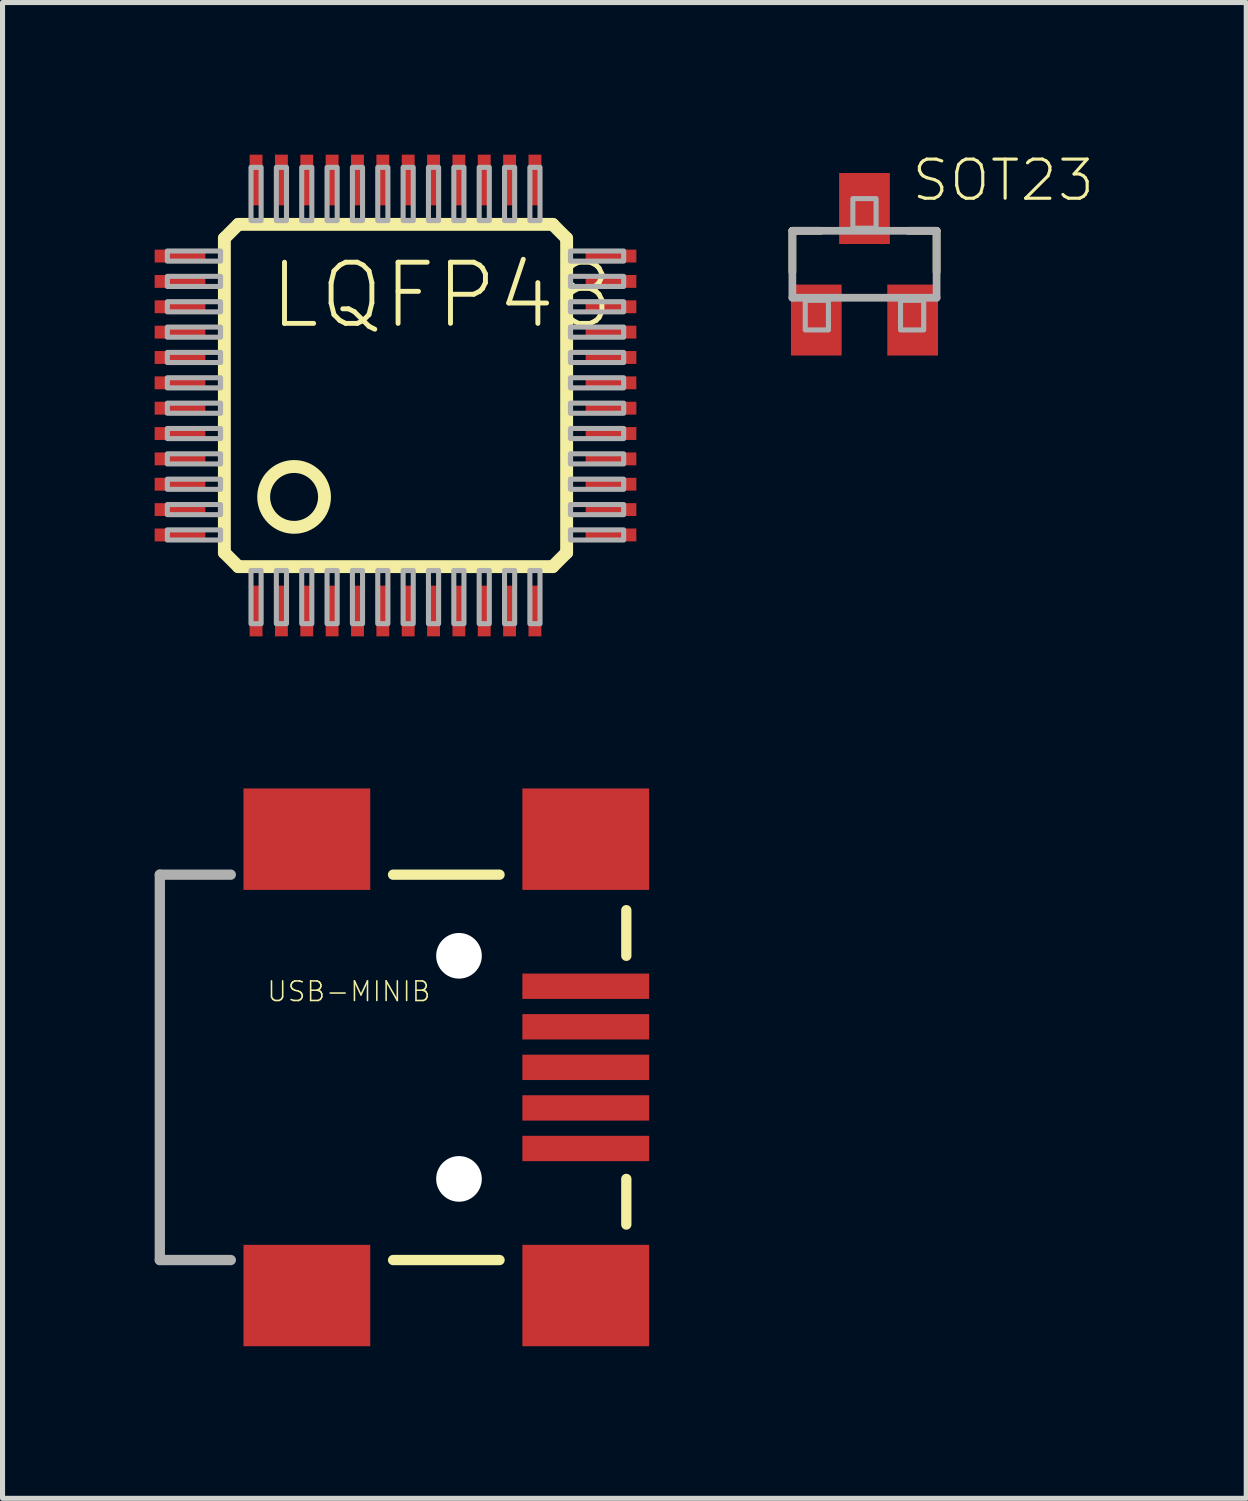
<source format=kicad_pcb>
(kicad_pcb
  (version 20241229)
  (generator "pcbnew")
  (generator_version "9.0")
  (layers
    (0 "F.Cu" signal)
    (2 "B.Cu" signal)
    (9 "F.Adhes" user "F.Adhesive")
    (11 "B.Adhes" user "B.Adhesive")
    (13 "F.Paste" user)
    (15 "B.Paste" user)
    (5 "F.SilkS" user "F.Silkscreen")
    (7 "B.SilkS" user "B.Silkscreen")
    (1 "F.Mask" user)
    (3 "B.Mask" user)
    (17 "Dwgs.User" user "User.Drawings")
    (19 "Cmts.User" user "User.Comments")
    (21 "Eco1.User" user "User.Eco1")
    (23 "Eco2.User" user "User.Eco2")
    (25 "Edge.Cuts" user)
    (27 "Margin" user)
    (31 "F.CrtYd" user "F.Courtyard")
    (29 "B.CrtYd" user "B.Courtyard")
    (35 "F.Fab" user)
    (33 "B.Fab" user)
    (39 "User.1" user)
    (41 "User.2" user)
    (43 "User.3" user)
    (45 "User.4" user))
  (footprint "USB-MINIB"
    (layer "F.Cu")
    (at 6.002 18)
    (property "Reference" "USB-MINIB" (at -3.81 -1.27 0) (layer "F.SilkS") (effects (font (size 0.386 0.386) (thickness 0.031)) (justify left bottom)))
    (attr through_hole)
    (fp_line (start -1.3 -3.8) (end 0.8 -3.8) (stroke (width 0.203) (type solid)) (layer "F.SilkS"))
    (fp_line (start 0.8 3.8) (end -1.3 3.8) (stroke (width 0.203) (type solid)) (layer "F.SilkS"))
    (fp_line (start 3.3 -3.1) (end 3.3 -2.2) (stroke (width 0.203) (type solid)) (layer "F.SilkS"))
    (fp_line (start 3.3 2.2) (end 3.3 3.1) (stroke (width 0.203) (type solid)) (layer "F.SilkS"))
    (fp_line (start -5.9 -3.8) (end -5.9 3.8) (stroke (width 0.203) (type solid)) (layer "F.Fab"))
    (fp_line (start -5.9 -3.8) (end -4.5 -3.8) (stroke (width 0.203) (type solid)) (layer "F.Fab"))
    (fp_line (start -5.9 3.8) (end -4.5 3.8) (stroke (width 0.203) (type solid)) (layer "F.Fab"))
    (pad "" np_thru_hole circle (at 0 -2.2) (size 0.9 0.9) (drill 0.9) (layers "*.Cu" "*.Mask"))
    (pad "" np_thru_hole circle (at 0 2.2) (size 0.9 0.9) (drill 0.9) (layers "*.Cu" "*.Mask"))
    (pad "D+" smd rect (at 2.5 0) (size 2.5 0.5) (layers "F.Cu" "F.Mask" "F.Paste"))
    (pad "D-" smd rect (at 2.5 -0.8) (size 2.5 0.5) (layers "F.Cu" "F.Mask" "F.Paste"))
    (pad "GND" smd rect (at 2.5 1.6) (size 2.5 0.5) (layers "F.Cu" "F.Mask" "F.Paste"))
    (pad "GND@1" smd rect (at -3 4.5) (size 2.5 2) (layers "F.Cu" "F.Mask" "F.Paste"))
    (pad "GND@2" smd rect (at -3 -4.5) (size 2.5 2) (layers "F.Cu" "F.Mask" "F.Paste"))
    (pad "GND@3" smd rect (at 2.5 -4.5) (size 2.5 2) (layers "F.Cu" "F.Mask" "F.Paste"))
    (pad "GND@4" smd rect (at 2.5 4.5) (size 2.5 2) (layers "F.Cu" "F.Mask" "F.Paste"))
    (pad "ID" smd rect (at 2.5 0.8) (size 2.5 0.5) (layers "F.Cu" "F.Mask" "F.Paste"))
    (pad "VBUS" smd rect (at 2.5 -1.6) (size 2.5 0.5) (layers "F.Cu" "F.Mask" "F.Paste")))
  (footprint "LQFP48"
    (layer "F.Cu")
    (at 4.75 4.75)
    (property "Reference" "LQFP48" (at -2.54 -1.27 180) (layer "F.SilkS") (effects (font (size 1.206 1.206) (thickness 0.097)) (justify left bottom)))
    (attr through_hole)
    (fp_line (start -3.375 -3.1) (end -3.1 -3.375) (stroke (width 0.254) (type solid)) (layer "F.SilkS"))
    (fp_line (start -3.375 3.1) (end -3.375 -3.1) (stroke (width 0.254) (type solid)) (layer "F.SilkS"))
    (fp_line (start -3.1 -3.375) (end 3.1 -3.375) (stroke (width 0.254) (type solid)) (layer "F.SilkS"))
    (fp_line (start -3.1 3.375) (end -3.375 3.1) (stroke (width 0.254) (type solid)) (layer "F.SilkS"))
    (fp_line (start 3.1 -3.375) (end 3.375 -3.1) (stroke (width 0.254) (type solid)) (layer "F.SilkS"))
    (fp_line (start 3.1 3.375) (end -3.1 3.375) (stroke (width 0.254) (type solid)) (layer "F.SilkS"))
    (fp_line (start 3.375 -3.1) (end 3.375 3.1) (stroke (width 0.254) (type solid)) (layer "F.SilkS"))
    (fp_line (start 3.375 3.1) (end 3.1 3.375) (stroke (width 0.254) (type solid)) (layer "F.SilkS"))
    (fp_circle (center -2 2) (end -1.4 2) (stroke (width 0.254) (type solid)) (fill no) (layer "F.SilkS"))
    (fp_poly (pts (xy -4.5 -2.65) (xy -3.45 -2.65) (xy -3.45 -2.85) (xy -4.5 -2.85)) (stroke (width 0.1) (type solid)) (fill no) (layer "F.Fab"))
    (fp_poly (pts (xy -4.5 -2.15) (xy -3.45 -2.15) (xy -3.45 -2.35) (xy -4.5 -2.35)) (stroke (width 0.1) (type solid)) (fill no) (layer "F.Fab"))
    (fp_poly (pts (xy -4.5 -1.65) (xy -3.45 -1.65) (xy -3.45 -1.85) (xy -4.5 -1.85)) (stroke (width 0.1) (type solid)) (fill no) (layer "F.Fab"))
    (fp_poly (pts (xy -4.5 -1.15) (xy -3.45 -1.15) (xy -3.45 -1.35) (xy -4.5 -1.35)) (stroke (width 0.1) (type solid)) (fill no) (layer "F.Fab"))
    (fp_poly (pts (xy -4.5 -0.65) (xy -3.45 -0.65) (xy -3.45 -0.85) (xy -4.5 -0.85)) (stroke (width 0.1) (type solid)) (fill no) (layer "F.Fab"))
    (fp_poly (pts (xy -4.5 -0.15) (xy -3.45 -0.15) (xy -3.45 -0.35) (xy -4.5 -0.35)) (stroke (width 0.1) (type solid)) (fill no) (layer "F.Fab"))
    (fp_poly (pts (xy -4.5 0.35) (xy -3.45 0.35) (xy -3.45 0.15) (xy -4.5 0.15)) (stroke (width 0.1) (type solid)) (fill no) (layer "F.Fab"))
    (fp_poly (pts (xy -4.5 0.85) (xy -3.45 0.85) (xy -3.45 0.65) (xy -4.5 0.65)) (stroke (width 0.1) (type solid)) (fill no) (layer "F.Fab"))
    (fp_poly (pts (xy -4.5 1.35) (xy -3.45 1.35) (xy -3.45 1.15) (xy -4.5 1.15)) (stroke (width 0.1) (type solid)) (fill no) (layer "F.Fab"))
    (fp_poly (pts (xy -4.5 1.85) (xy -3.45 1.85) (xy -3.45 1.65) (xy -4.5 1.65)) (stroke (width 0.1) (type solid)) (fill no) (layer "F.Fab"))
    (fp_poly (pts (xy -4.5 2.35) (xy -3.45 2.35) (xy -3.45 2.15) (xy -4.5 2.15)) (stroke (width 0.1) (type solid)) (fill no) (layer "F.Fab"))
    (fp_poly (pts (xy -4.5 2.85) (xy -3.45 2.85) (xy -3.45 2.65) (xy -4.5 2.65)) (stroke (width 0.1) (type solid)) (fill no) (layer "F.Fab"))
    (fp_poly (pts (xy -2.85 -3.45) (xy -2.65 -3.45) (xy -2.65 -4.5) (xy -2.85 -4.5)) (stroke (width 0.1) (type solid)) (fill no) (layer "F.Fab"))
    (fp_poly (pts (xy -2.85 4.5) (xy -2.65 4.5) (xy -2.65 3.45) (xy -2.85 3.45)) (stroke (width 0.1) (type solid)) (fill no) (layer "F.Fab"))
    (fp_poly (pts (xy -2.35 -3.45) (xy -2.15 -3.45) (xy -2.15 -4.5) (xy -2.35 -4.5)) (stroke (width 0.1) (type solid)) (fill no) (layer "F.Fab"))
    (fp_poly (pts (xy -2.35 4.5) (xy -2.15 4.5) (xy -2.15 3.45) (xy -2.35 3.45)) (stroke (width 0.1) (type solid)) (fill no) (layer "F.Fab"))
    (fp_poly (pts (xy -1.85 -3.45) (xy -1.65 -3.45) (xy -1.65 -4.5) (xy -1.85 -4.5)) (stroke (width 0.1) (type solid)) (fill no) (layer "F.Fab"))
    (fp_poly (pts (xy -1.85 4.5) (xy -1.65 4.5) (xy -1.65 3.45) (xy -1.85 3.45)) (stroke (width 0.1) (type solid)) (fill no) (layer "F.Fab"))
    (fp_poly (pts (xy -1.35 -3.45) (xy -1.15 -3.45) (xy -1.15 -4.5) (xy -1.35 -4.5)) (stroke (width 0.1) (type solid)) (fill no) (layer "F.Fab"))
    (fp_poly (pts (xy -1.35 4.5) (xy -1.15 4.5) (xy -1.15 3.45) (xy -1.35 3.45)) (stroke (width 0.1) (type solid)) (fill no) (layer "F.Fab"))
    (fp_poly (pts (xy -0.85 -3.45) (xy -0.65 -3.45) (xy -0.65 -4.5) (xy -0.85 -4.5)) (stroke (width 0.1) (type solid)) (fill no) (layer "F.Fab"))
    (fp_poly (pts (xy -0.85 4.5) (xy -0.65 4.5) (xy -0.65 3.45) (xy -0.85 3.45)) (stroke (width 0.1) (type solid)) (fill no) (layer "F.Fab"))
    (fp_poly (pts (xy -0.35 -3.45) (xy -0.15 -3.45) (xy -0.15 -4.5) (xy -0.35 -4.5)) (stroke (width 0.1) (type solid)) (fill no) (layer "F.Fab"))
    (fp_poly (pts (xy -0.35 4.5) (xy -0.15 4.5) (xy -0.15 3.45) (xy -0.35 3.45)) (stroke (width 0.1) (type solid)) (fill no) (layer "F.Fab"))
    (fp_poly (pts (xy 0.15 -3.45) (xy 0.35 -3.45) (xy 0.35 -4.5) (xy 0.15 -4.5)) (stroke (width 0.1) (type solid)) (fill no) (layer "F.Fab"))
    (fp_poly (pts (xy 0.15 4.5) (xy 0.35 4.5) (xy 0.35 3.45) (xy 0.15 3.45)) (stroke (width 0.1) (type solid)) (fill no) (layer "F.Fab"))
    (fp_poly (pts (xy 0.65 -3.45) (xy 0.85 -3.45) (xy 0.85 -4.5) (xy 0.65 -4.5)) (stroke (width 0.1) (type solid)) (fill no) (layer "F.Fab"))
    (fp_poly (pts (xy 0.65 4.5) (xy 0.85 4.5) (xy 0.85 3.45) (xy 0.65 3.45)) (stroke (width 0.1) (type solid)) (fill no) (layer "F.Fab"))
    (fp_poly (pts (xy 1.15 -3.45) (xy 1.35 -3.45) (xy 1.35 -4.5) (xy 1.15 -4.5)) (stroke (width 0.1) (type solid)) (fill no) (layer "F.Fab"))
    (fp_poly (pts (xy 1.15 4.5) (xy 1.35 4.5) (xy 1.35 3.45) (xy 1.15 3.45)) (stroke (width 0.1) (type solid)) (fill no) (layer "F.Fab"))
    (fp_poly (pts (xy 1.65 -3.45) (xy 1.85 -3.45) (xy 1.85 -4.5) (xy 1.65 -4.5)) (stroke (width 0.1) (type solid)) (fill no) (layer "F.Fab"))
    (fp_poly (pts (xy 1.65 4.5) (xy 1.85 4.5) (xy 1.85 3.45) (xy 1.65 3.45)) (stroke (width 0.1) (type solid)) (fill no) (layer "F.Fab"))
    (fp_poly (pts (xy 2.15 -3.45) (xy 2.35 -3.45) (xy 2.35 -4.5) (xy 2.15 -4.5)) (stroke (width 0.1) (type solid)) (fill no) (layer "F.Fab"))
    (fp_poly (pts (xy 2.15 4.5) (xy 2.35 4.5) (xy 2.35 3.45) (xy 2.15 3.45)) (stroke (width 0.1) (type solid)) (fill no) (layer "F.Fab"))
    (fp_poly (pts (xy 2.65 -3.45) (xy 2.85 -3.45) (xy 2.85 -4.5) (xy 2.65 -4.5)) (stroke (width 0.1) (type solid)) (fill no) (layer "F.Fab"))
    (fp_poly (pts (xy 2.65 4.5) (xy 2.85 4.5) (xy 2.85 3.45) (xy 2.65 3.45)) (stroke (width 0.1) (type solid)) (fill no) (layer "F.Fab"))
    (fp_poly (pts (xy 3.45 -2.65) (xy 4.5 -2.65) (xy 4.5 -2.85) (xy 3.45 -2.85)) (stroke (width 0.1) (type solid)) (fill no) (layer "F.Fab"))
    (fp_poly (pts (xy 3.45 -2.15) (xy 4.5 -2.15) (xy 4.5 -2.35) (xy 3.45 -2.35)) (stroke (width 0.1) (type solid)) (fill no) (layer "F.Fab"))
    (fp_poly (pts (xy 3.45 -1.65) (xy 4.5 -1.65) (xy 4.5 -1.85) (xy 3.45 -1.85)) (stroke (width 0.1) (type solid)) (fill no) (layer "F.Fab"))
    (fp_poly (pts (xy 3.45 -1.15) (xy 4.5 -1.15) (xy 4.5 -1.35) (xy 3.45 -1.35)) (stroke (width 0.1) (type solid)) (fill no) (layer "F.Fab"))
    (fp_poly (pts (xy 3.45 -0.65) (xy 4.5 -0.65) (xy 4.5 -0.85) (xy 3.45 -0.85)) (stroke (width 0.1) (type solid)) (fill no) (layer "F.Fab"))
    (fp_poly (pts (xy 3.45 -0.15) (xy 4.5 -0.15) (xy 4.5 -0.35) (xy 3.45 -0.35)) (stroke (width 0.1) (type solid)) (fill no) (layer "F.Fab"))
    (fp_poly (pts (xy 3.45 0.35) (xy 4.5 0.35) (xy 4.5 0.15) (xy 3.45 0.15)) (stroke (width 0.1) (type solid)) (fill no) (layer "F.Fab"))
    (fp_poly (pts (xy 3.45 0.85) (xy 4.5 0.85) (xy 4.5 0.65) (xy 3.45 0.65)) (stroke (width 0.1) (type solid)) (fill no) (layer "F.Fab"))
    (fp_poly (pts (xy 3.45 1.35) (xy 4.5 1.35) (xy 4.5 1.15) (xy 3.45 1.15)) (stroke (width 0.1) (type solid)) (fill no) (layer "F.Fab"))
    (fp_poly (pts (xy 3.45 1.85) (xy 4.5 1.85) (xy 4.5 1.65) (xy 3.45 1.65)) (stroke (width 0.1) (type solid)) (fill no) (layer "F.Fab"))
    (fp_poly (pts (xy 3.45 2.35) (xy 4.5 2.35) (xy 4.5 2.15) (xy 3.45 2.15)) (stroke (width 0.1) (type solid)) (fill no) (layer "F.Fab"))
    (fp_poly (pts (xy 3.45 2.85) (xy 4.5 2.85) (xy 4.5 2.65) (xy 3.45 2.65)) (stroke (width 0.1) (type solid)) (fill no) (layer "F.Fab"))
    (pad "1" smd rect (at -2.75 4.25) (size 0.254 1) (layers "F.Cu" "F.Mask" "F.Paste"))
    (pad "2" smd rect (at -2.25 4.25) (size 0.254 1) (layers "F.Cu" "F.Mask" "F.Paste"))
    (pad "3" smd rect (at -1.75 4.25) (size 0.254 1) (layers "F.Cu" "F.Mask" "F.Paste"))
    (pad "4" smd rect (at -1.25 4.25) (size 0.254 1) (layers "F.Cu" "F.Mask" "F.Paste"))
    (pad "5" smd rect (at -0.75 4.25) (size 0.254 1) (layers "F.Cu" "F.Mask" "F.Paste"))
    (pad "6" smd rect (at -0.25 4.25) (size 0.254 1) (layers "F.Cu" "F.Mask" "F.Paste"))
    (pad "7" smd rect (at 0.25 4.25) (size 0.254 1) (layers "F.Cu" "F.Mask" "F.Paste"))
    (pad "8" smd rect (at 0.75 4.25) (size 0.254 1) (layers "F.Cu" "F.Mask" "F.Paste"))
    (pad "9" smd rect (at 1.25 4.25) (size 0.254 1) (layers "F.Cu" "F.Mask" "F.Paste"))
    (pad "10" smd rect (at 1.75 4.25) (size 0.254 1) (layers "F.Cu" "F.Mask" "F.Paste"))
    (pad "11" smd rect (at 2.25 4.25) (size 0.254 1) (layers "F.Cu" "F.Mask" "F.Paste"))
    (pad "12" smd rect (at 2.75 4.25) (size 0.254 1) (layers "F.Cu" "F.Mask" "F.Paste"))
    (pad "13" smd rect (at 4.25 2.75) (size 1 0.254) (layers "F.Cu" "F.Mask" "F.Paste"))
    (pad "14" smd rect (at 4.25 2.25) (size 1 0.254) (layers "F.Cu" "F.Mask" "F.Paste"))
    (pad "15" smd rect (at 4.25 1.75) (size 1 0.254) (layers "F.Cu" "F.Mask" "F.Paste"))
    (pad "16" smd rect (at 4.25 1.25) (size 1 0.254) (layers "F.Cu" "F.Mask" "F.Paste"))
    (pad "17" smd rect (at 4.25 0.75) (size 1 0.254) (layers "F.Cu" "F.Mask" "F.Paste"))
    (pad "18" smd rect (at 4.25 0.25) (size 1 0.254) (layers "F.Cu" "F.Mask" "F.Paste"))
    (pad "19" smd rect (at 4.25 -0.25) (size 1 0.254) (layers "F.Cu" "F.Mask" "F.Paste"))
    (pad "20" smd rect (at 4.25 -0.75) (size 1 0.254) (layers "F.Cu" "F.Mask" "F.Paste"))
    (pad "21" smd rect (at 4.25 -1.25) (size 1 0.254) (layers "F.Cu" "F.Mask" "F.Paste"))
    (pad "22" smd rect (at 4.25 -1.75) (size 1 0.254) (layers "F.Cu" "F.Mask" "F.Paste"))
    (pad "23" smd rect (at 4.25 -2.25) (size 1 0.254) (layers "F.Cu" "F.Mask" "F.Paste"))
    (pad "24" smd rect (at 4.25 -2.75) (size 1 0.254) (layers "F.Cu" "F.Mask" "F.Paste"))
    (pad "25" smd rect (at 2.75 -4.25) (size 0.254 1) (layers "F.Cu" "F.Mask" "F.Paste"))
    (pad "26" smd rect (at 2.25 -4.25) (size 0.254 1) (layers "F.Cu" "F.Mask" "F.Paste"))
    (pad "27" smd rect (at 1.75 -4.25) (size 0.254 1) (layers "F.Cu" "F.Mask" "F.Paste"))
    (pad "28" smd rect (at 1.25 -4.25) (size 0.254 1) (layers "F.Cu" "F.Mask" "F.Paste"))
    (pad "29" smd rect (at 0.75 -4.25) (size 0.254 1) (layers "F.Cu" "F.Mask" "F.Paste"))
    (pad "30" smd rect (at 0.25 -4.25) (size 0.254 1) (layers "F.Cu" "F.Mask" "F.Paste"))
    (pad "31" smd rect (at -0.25 -4.25) (size 0.254 1) (layers "F.Cu" "F.Mask" "F.Paste"))
    (pad "32" smd rect (at -0.75 -4.25) (size 0.254 1) (layers "F.Cu" "F.Mask" "F.Paste"))
    (pad "33" smd rect (at -1.25 -4.25) (size 0.254 1) (layers "F.Cu" "F.Mask" "F.Paste"))
    (pad "34" smd rect (at -1.75 -4.25) (size 0.254 1) (layers "F.Cu" "F.Mask" "F.Paste"))
    (pad "35" smd rect (at -2.25 -4.25) (size 0.254 1) (layers "F.Cu" "F.Mask" "F.Paste"))
    (pad "36" smd rect (at -2.75 -4.25) (size 0.254 1) (layers "F.Cu" "F.Mask" "F.Paste"))
    (pad "37" smd rect (at -4.25 -2.75) (size 1 0.254) (layers "F.Cu" "F.Mask" "F.Paste"))
    (pad "38" smd rect (at -4.25 -2.25) (size 1 0.254) (layers "F.Cu" "F.Mask" "F.Paste"))
    (pad "39" smd rect (at -4.25 -1.75) (size 1 0.254) (layers "F.Cu" "F.Mask" "F.Paste"))
    (pad "40" smd rect (at -4.25 -1.25) (size 1 0.254) (layers "F.Cu" "F.Mask" "F.Paste"))
    (pad "41" smd rect (at -4.25 -0.75) (size 1 0.254) (layers "F.Cu" "F.Mask" "F.Paste"))
    (pad "42" smd rect (at -4.25 -0.25) (size 1 0.254) (layers "F.Cu" "F.Mask" "F.Paste"))
    (pad "43" smd rect (at -4.25 0.25) (size 1 0.254) (layers "F.Cu" "F.Mask" "F.Paste"))
    (pad "44" smd rect (at -4.25 0.75) (size 1 0.254) (layers "F.Cu" "F.Mask" "F.Paste"))
    (pad "45" smd rect (at -4.25 1.25) (size 1 0.254) (layers "F.Cu" "F.Mask" "F.Paste"))
    (pad "46" smd rect (at -4.25 1.75) (size 1 0.254) (layers "F.Cu" "F.Mask" "F.Paste"))
    (pad "47" smd rect (at -4.25 2.25) (size 1 0.254) (layers "F.Cu" "F.Mask" "F.Paste"))
    (pad "48" smd rect (at -4.25 2.75) (size 1 0.254) (layers "F.Cu" "F.Mask" "F.Paste")))
  (footprint "SOT23"
    (layer "F.Cu")
    (at 13.999 2.162)
    (property "Reference" "SOT23" (at 0.895 -1.205 180) (layer "F.SilkS") (effects (font (size 0.772 0.772) (thickness 0.062)) (justify left bottom)))
    (attr through_hole)
    (fp_line (start -1.422 -0.66) (end -0.864 -0.66) (stroke (width 0.152) (type solid)) (layer "F.SilkS"))
    (fp_line (start -1.422 0.152) (end -1.422 -0.66) (stroke (width 0.152) (type solid)) (layer "F.SilkS"))
    (fp_line (start 0.864 -0.66) (end 1.422 -0.66) (stroke (width 0.152) (type solid)) (layer "F.SilkS"))
    (fp_line (start 1.422 -0.66) (end 1.422 0.152) (stroke (width 0.152) (type solid)) (layer "F.SilkS"))
    (fp_line (start -1.422 -0.66) (end 1.422 -0.66) (stroke (width 0.152) (type solid)) (layer "F.Fab"))
    (fp_line (start -1.422 0.66) (end -1.422 -0.66) (stroke (width 0.152) (type solid)) (layer "F.Fab"))
    (fp_line (start 1.422 -0.66) (end 1.422 0.66) (stroke (width 0.152) (type solid)) (layer "F.Fab"))
    (fp_line (start 1.422 0.66) (end -1.422 0.66) (stroke (width 0.152) (type solid)) (layer "F.Fab"))
    (fp_poly (pts (xy -1.168 1.295) (xy -0.711 1.295) (xy -0.711 0.711) (xy -1.168 0.711)) (stroke (width 0.1) (type solid)) (fill no) (layer "F.Fab"))
    (fp_poly (pts (xy -0.229 -0.711) (xy 0.229 -0.711) (xy 0.229 -1.295) (xy -0.229 -1.295)) (stroke (width 0.1) (type solid)) (fill no) (layer "F.Fab"))
    (fp_poly (pts (xy 0.711 1.295) (xy 1.168 1.295) (xy 1.168 0.711) (xy 0.711 0.711)) (stroke (width 0.1) (type solid)) (fill no) (layer "F.Fab"))
    (pad "1" smd rect (at -0.95 1.1) (size 1 1.4) (layers "F.Cu" "F.Mask" "F.Paste"))
    (pad "2" smd rect (at 0.95 1.1) (size 1 1.4) (layers "F.Cu" "F.Mask" "F.Paste"))
    (pad "3" smd rect (at 0 -1.1) (size 1 1.4) (layers "F.Cu" "F.Mask" "F.Paste")))
  (gr_rect
    (start -3 -3)
    (end 21.528 26.5)
    (stroke (width 0.1) (type default))
    (fill no)
    (layer "Edge.Cuts")))
</source>
